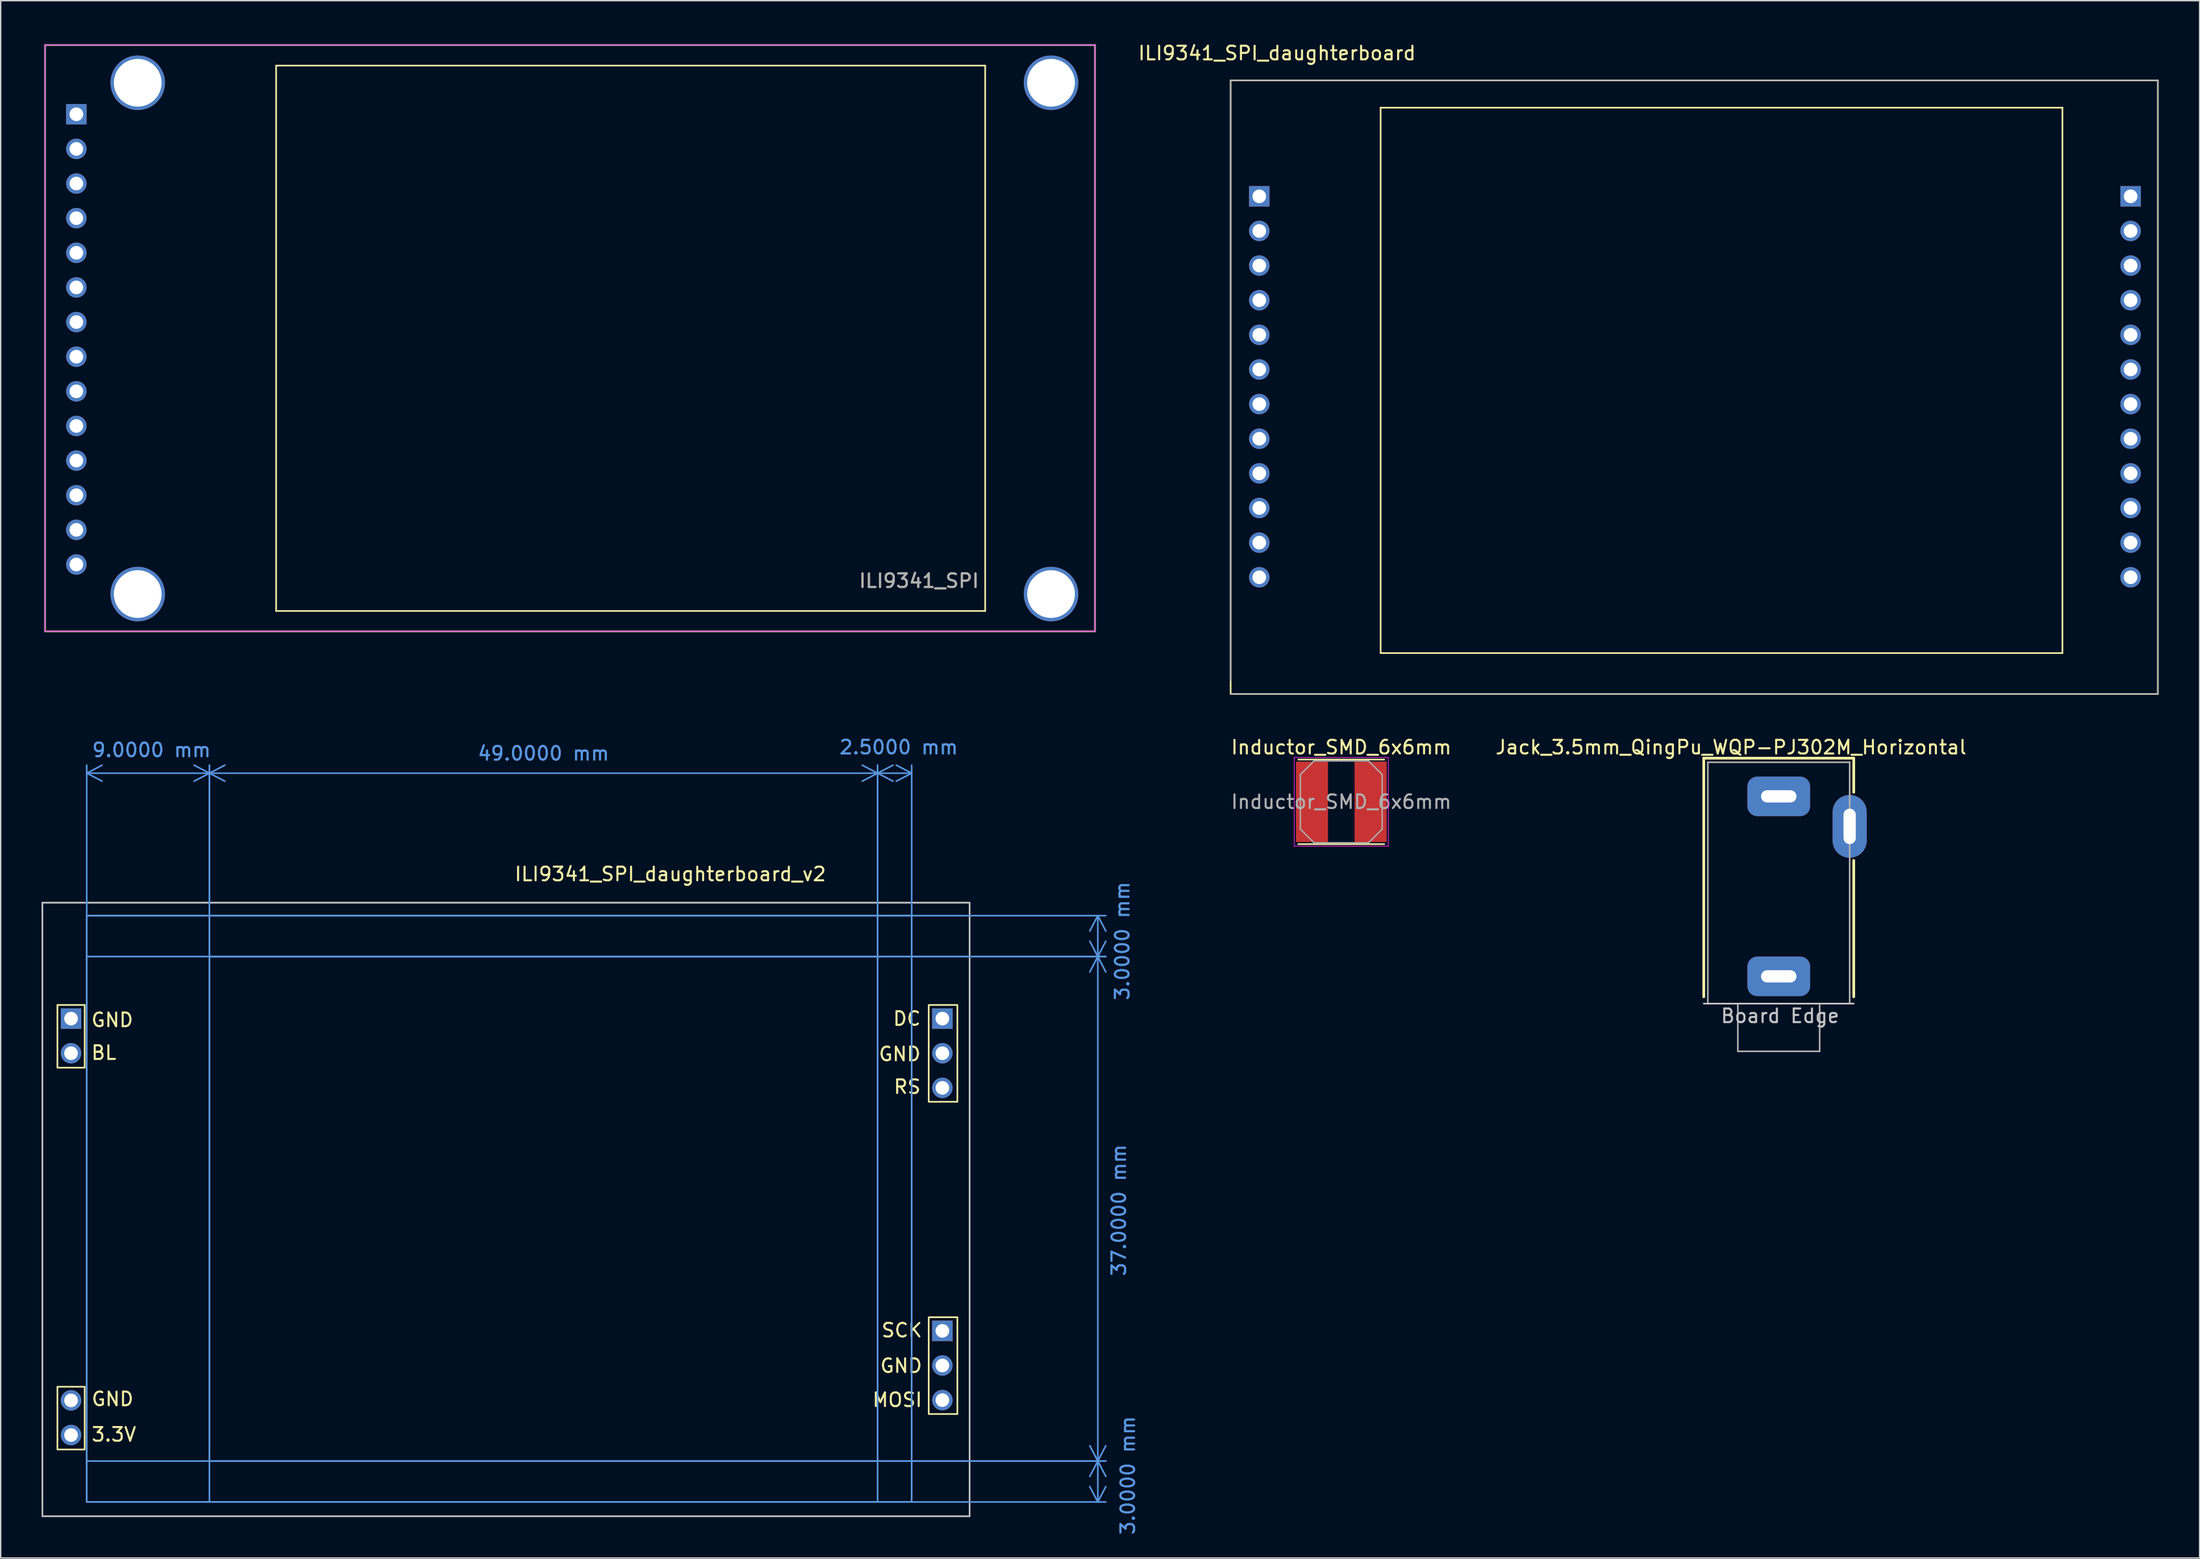
<source format=kicad_pcb>
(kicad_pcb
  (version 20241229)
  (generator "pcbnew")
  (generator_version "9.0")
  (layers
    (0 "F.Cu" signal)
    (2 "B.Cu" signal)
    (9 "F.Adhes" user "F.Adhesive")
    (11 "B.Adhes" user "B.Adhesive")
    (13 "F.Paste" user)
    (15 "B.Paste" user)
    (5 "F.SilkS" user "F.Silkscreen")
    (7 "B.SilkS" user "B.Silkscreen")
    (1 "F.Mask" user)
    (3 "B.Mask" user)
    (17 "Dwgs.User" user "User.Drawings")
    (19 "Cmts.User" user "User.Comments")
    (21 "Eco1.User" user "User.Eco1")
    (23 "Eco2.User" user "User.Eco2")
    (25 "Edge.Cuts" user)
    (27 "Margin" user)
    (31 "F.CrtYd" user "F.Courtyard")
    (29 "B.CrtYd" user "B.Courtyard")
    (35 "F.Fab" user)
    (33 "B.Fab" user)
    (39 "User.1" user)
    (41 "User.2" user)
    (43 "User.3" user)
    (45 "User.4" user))
  (footprint "ILI9341_SPI"
    (layer "F.Cu")
    (at 0.25 0.25)
    (property "Reference" "ILI9341_SPI" (at 64.09 39.3 0) (layer "F.SilkS") (effects (font (size 1 1) (thickness 0.15))))
    (attr through_hole)
    (fp_line (start 0 0) (end 77 0) (stroke (width 0.12) (type solid)) (layer "F.SilkS"))
    (fp_line (start 0 43) (end 0 0) (stroke (width 0.12) (type solid)) (layer "F.SilkS"))
    (fp_line (start 16.95 1.51) (end 68.95 1.51) (stroke (width 0.12) (type solid)) (layer "F.SilkS"))
    (fp_line (start 16.95 41.51) (end 16.95 1.51) (stroke (width 0.12) (type solid)) (layer "F.SilkS"))
    (fp_line (start 68.95 1.51) (end 68.95 41.51) (stroke (width 0.12) (type solid)) (layer "F.SilkS"))
    (fp_line (start 68.95 41.51) (end 16.95 41.51) (stroke (width 0.12) (type solid)) (layer "F.SilkS"))
    (fp_line (start 77 0) (end 77 43) (stroke (width 0.12) (type solid)) (layer "F.SilkS"))
    (fp_line (start 77 43) (end 0 43) (stroke (width 0.12) (type solid)) (layer "F.SilkS"))
    (fp_line (start 0 0) (end 77 0) (stroke (width 0.05) (type solid)) (layer "F.CrtYd"))
    (fp_line (start 0 43) (end 0 0) (stroke (width 0.05) (type solid)) (layer "F.CrtYd"))
    (fp_line (start 0 43) (end 77 43) (stroke (width 0.05) (type solid)) (layer "F.CrtYd"))
    (fp_line (start 77 0) (end 77 43) (stroke (width 0.05) (type solid)) (layer "F.CrtYd"))
    (fp_line (start 0 0) (end 77 0) (stroke (width 0.1) (type solid)) (layer "F.Fab"))
    (fp_line (start 0 43) (end 0 0) (stroke (width 0.1) (type solid)) (layer "F.Fab"))
    (fp_line (start 77 0) (end 77 43) (stroke (width 0.1) (type solid)) (layer "F.Fab"))
    (fp_line (start 77 43) (end 0 43) (stroke (width 0.1) (type solid)) (layer "F.Fab"))
    (fp_text user "${REFERENCE}" (at 64.1 39.3 0) (layer "F.Fab") (effects (font (size 1 1) (thickness 0.15))))
    (pad "" thru_hole circle (at 6.8 2.77) (size 4 4) (drill 3.5) (layers "*.Cu" "*.Mask"))
    (pad "" thru_hole circle (at 6.8 40.27) (size 4 4) (drill 3.5) (layers "*.Cu" "*.Mask"))
    (pad "" thru_hole circle (at 73.78 2.77) (size 4 4) (drill 3.5) (layers "*.Cu" "*.Mask"))
    (pad "" thru_hole circle (at 73.78 40.27) (size 4 4) (drill 3.5) (layers "*.Cu" "*.Mask"))
    (pad "1" thru_hole rect (at 2.3 5.08) (size 1.5 1.5) (drill 1) (layers "*.Cu" "*.Mask"))
    (pad "2" thru_hole circle (at 2.3 7.62) (size 1.5 1.5) (drill 1) (layers "*.Cu" "*.Mask"))
    (pad "3" thru_hole circle (at 2.3 10.16) (size 1.5 1.5) (drill 1) (layers "*.Cu" "*.Mask"))
    (pad "4" thru_hole circle (at 2.3 12.7) (size 1.5 1.5) (drill 1) (layers "*.Cu" "*.Mask"))
    (pad "5" thru_hole circle (at 2.3 15.24) (size 1.5 1.5) (drill 1) (layers "*.Cu" "*.Mask"))
    (pad "6" thru_hole circle (at 2.3 17.78) (size 1.5 1.5) (drill 1) (layers "*.Cu" "*.Mask"))
    (pad "7" thru_hole circle (at 2.3 20.32) (size 1.5 1.5) (drill 1) (layers "*.Cu" "*.Mask"))
    (pad "8" thru_hole circle (at 2.3 22.86) (size 1.5 1.5) (drill 1) (layers "*.Cu" "*.Mask"))
    (pad "9" thru_hole circle (at 2.3 25.4) (size 1.5 1.5) (drill 1) (layers "*.Cu" "*.Mask"))
    (pad "10" thru_hole circle (at 2.3 27.94) (size 1.5 1.5) (drill 1) (layers "*.Cu" "*.Mask"))
    (pad "11" thru_hole circle (at 2.3 30.48) (size 1.5 1.5) (drill 1) (layers "*.Cu" "*.Mask"))
    (pad "12" thru_hole circle (at 2.3 33.02) (size 1.5 1.5) (drill 1) (layers "*.Cu" "*.Mask"))
    (pad "13" thru_hole circle (at 2.3 35.56) (size 1.5 1.5) (drill 1) (layers "*.Cu" "*.Mask"))
    (pad "14" thru_hole circle (at 2.3 38.1) (size 1.5 1.5) (drill 1) (layers "*.Cu" "*.Mask")))
  (footprint "Jack_3.5mm_QingPu_WQP-PJ302M_Horizontal"
    (layer "F.Cu")
    (at 127.398 70.556)
    (property "Reference" "Jack_3.5mm_QingPu_WQP-PJ302M_Horizontal" (at -3.5 -18.8 0) (layer "F.SilkS") (effects (font (size 1 1) (thickness 0.15))))
    (attr through_hole)
    (fp_line (start -5.5 -18) (end -5.5 -0.5) (stroke (width 0.2) (type solid)) (layer "F.SilkS"))
    (fp_line (start 5.5 -18) (end -5.5 -18) (stroke (width 0.2) (type solid)) (layer "F.SilkS"))
    (fp_line (start 5.5 -15.5) (end 5.5 -18) (stroke (width 0.2) (type solid)) (layer "F.SilkS"))
    (fp_line (start 5.5 -0.5) (end 5.5 -10.5) (stroke (width 0.2) (type solid)) (layer "F.SilkS"))
    (fp_line (start -5.5 0) (end 5.5 0) (stroke (width 0.12) (type solid)) (layer "Dwgs.User"))
    (fp_line (start -5.2 -17.7) (end -5.2 0) (stroke (width 0.12) (type solid)) (layer "F.Fab"))
    (fp_line (start -5.2 0) (end 5.2 0) (stroke (width 0.12) (type solid)) (layer "F.Fab"))
    (fp_line (start -3 0) (end -3 3.5) (stroke (width 0.12) (type solid)) (layer "F.Fab"))
    (fp_line (start -3 3.5) (end 3 3.5) (stroke (width 0.12) (type solid)) (layer "F.Fab"))
    (fp_line (start 3 3.5) (end 3 0) (stroke (width 0.12) (type solid)) (layer "F.Fab"))
    (fp_line (start 5.2 -17.7) (end -5.2 -17.7) (stroke (width 0.12) (type solid)) (layer "F.Fab"))
    (fp_line (start 5.2 0) (end 5.2 -17.7) (stroke (width 0.12) (type solid)) (layer "F.Fab"))
    (fp_text user "Board Edge" (at 0.1 0.9 0) (layer "Dwgs.User") (effects (font (size 1 1) (thickness 0.15))))
    (pad "1" thru_hole roundrect (at 0 -2) (size 4.6 2.9) (drill oval 2.6 0.9) (layers "*.Cu" "*.Mask") (roundrect_rratio 0.25))
    (pad "2" thru_hole oval (at 5.2 -13 90) (size 4.6 2.5) (drill oval 2.6 0.9) (layers "*.Cu" "*.Mask"))
    (pad "3" thru_hole roundrect (at 0 -15.2) (size 4.6 2.9) (drill oval 2.6 0.9) (layers "*.Cu" "*.Mask") (roundrect_rratio 0.25)))
  (footprint "ILI9341_SPI_daughterboard"
    (layer "F.Cu")
    (at 89.302 11.348)
    (property "Reference" "ILI9341_SPI_daughterboard" (at 1.3 -10.5 0) (layer "F.SilkS") (effects (font (size 1 1) (thickness 0.15))))
    (attr through_hole)
    (fp_line (start -2.1 -8.5) (end 65.9 -8.5) (stroke (width 0.12) (type solid)) (layer "F.SilkS"))
    (fp_line (start -2.1 36.5) (end -2.1 -8.5) (stroke (width 0.12) (type solid)) (layer "F.SilkS"))
    (fp_line (start 8.9 -6.5) (end 58.9 -6.5) (stroke (width 0.12) (type solid)) (layer "F.SilkS"))
    (fp_line (start 8.9 33.5) (end 8.9 -6.5) (stroke (width 0.12) (type solid)) (layer "F.SilkS"))
    (fp_line (start 58.9 -6.5) (end 58.9 33.5) (stroke (width 0.12) (type solid)) (layer "F.SilkS"))
    (fp_line (start 58.9 33.5) (end 8.9 33.5) (stroke (width 0.12) (type solid)) (layer "F.SilkS"))
    (fp_line (start 65.9 -8.5) (end 65.9 36.5) (stroke (width 0.12) (type solid)) (layer "F.SilkS"))
    (fp_line (start 65.9 36.5) (end -2.1 36.5) (stroke (width 0.12) (type solid)) (layer "F.SilkS"))
    (fp_line (start -2.1 -8.5) (end 65.9 -8.5) (stroke (width 0.1) (type solid)) (layer "F.Fab"))
    (fp_line (start -2.1 35.5) (end -2.1 -8.5) (stroke (width 0.1) (type solid)) (layer "F.Fab"))
    (fp_line (start 65.9 -8.5) (end 65.9 36.5) (stroke (width 0.1) (type solid)) (layer "F.Fab"))
    (fp_line (start 65.9 36.5) (end -2.1 36.5) (stroke (width 0.1) (type solid)) (layer "F.Fab"))
    (pad "1" thru_hole rect (at 0 0) (size 1.5 1.5) (drill 1) (layers "*.Cu" "*.Mask"))
    (pad "2" thru_hole circle (at 0 2.54) (size 1.5 1.5) (drill 1) (layers "*.Cu" "*.Mask"))
    (pad "3" thru_hole circle (at 0 5.08) (size 1.5 1.5) (drill 1) (layers "*.Cu" "*.Mask"))
    (pad "4" thru_hole circle (at 0 7.62) (size 1.5 1.5) (drill 1) (layers "*.Cu" "*.Mask"))
    (pad "5" thru_hole circle (at 0 10.16) (size 1.5 1.5) (drill 1) (layers "*.Cu" "*.Mask"))
    (pad "6" thru_hole circle (at 0 12.7) (size 1.5 1.5) (drill 1) (layers "*.Cu" "*.Mask"))
    (pad "7" thru_hole circle (at 0 15.24) (size 1.5 1.5) (drill 1) (layers "*.Cu" "*.Mask"))
    (pad "8" thru_hole circle (at 0 17.78) (size 1.5 1.5) (drill 1) (layers "*.Cu" "*.Mask"))
    (pad "9" thru_hole circle (at 0 20.32) (size 1.5 1.5) (drill 1) (layers "*.Cu" "*.Mask"))
    (pad "10" thru_hole circle (at 0 22.86) (size 1.5 1.5) (drill 1) (layers "*.Cu" "*.Mask"))
    (pad "11" thru_hole circle (at 0 25.4) (size 1.5 1.5) (drill 1) (layers "*.Cu" "*.Mask"))
    (pad "12" thru_hole circle (at 0 27.94) (size 1.5 1.5) (drill 1) (layers "*.Cu" "*.Mask"))
    (pad "13" thru_hole rect (at 63.9 0) (size 1.5 1.5) (drill 1) (layers "*.Cu" "*.Mask"))
    (pad "14" thru_hole circle (at 63.9 2.54) (size 1.5 1.5) (drill 1) (layers "*.Cu" "*.Mask"))
    (pad "15" thru_hole circle (at 63.9 5.08) (size 1.5 1.5) (drill 1) (layers "*.Cu" "*.Mask"))
    (pad "16" thru_hole circle (at 63.9 7.62) (size 1.5 1.5) (drill 1) (layers "*.Cu" "*.Mask"))
    (pad "17" thru_hole circle (at 63.9 10.16) (size 1.5 1.5) (drill 1) (layers "*.Cu" "*.Mask"))
    (pad "18" thru_hole circle (at 63.9 12.7) (size 1.5 1.5) (drill 1) (layers "*.Cu" "*.Mask"))
    (pad "19" thru_hole circle (at 63.9 15.24) (size 1.5 1.5) (drill 1) (layers "*.Cu" "*.Mask"))
    (pad "20" thru_hole circle (at 63.9 17.78) (size 1.5 1.5) (drill 1) (layers "*.Cu" "*.Mask"))
    (pad "21" thru_hole circle (at 63.9 20.32) (size 1.5 1.5) (drill 1) (layers "*.Cu" "*.Mask"))
    (pad "22" thru_hole circle (at 63.9 22.86) (size 1.5 1.5) (drill 1) (layers "*.Cu" "*.Mask"))
    (pad "23" thru_hole circle (at 63.9 25.4) (size 1.5 1.5) (drill 1) (layers "*.Cu" "*.Mask"))
    (pad "24" thru_hole circle (at 63.9 27.94) (size 1.5 1.5) (drill 1) (layers "*.Cu" "*.Mask")))
  (footprint "ILI9341_SPI_daughterboard_v2"
    (layer "F.Cu")
    (at 2.16 71.656)
    (property "Reference" "ILI9341_SPI_daughterboard_v2" (at 43.95 -10.6 0) (layer "F.SilkS") (effects (font (size 1 1) (thickness 0.15))))
    (attr through_hole)
    (fp_rect (start -1 -1) (end 1 3.6) (stroke (width 0.12) (type default)) (fill no) (layer "F.SilkS"))
    (fp_rect (start -1 27) (end 1 31.6) (stroke (width 0.12) (type default)) (fill no) (layer "F.SilkS"))
    (fp_rect (start 62.9 -1) (end 65 6.1) (stroke (width 0.12) (type default)) (fill no) (layer "F.SilkS"))
    (fp_rect (start 62.9 21.9) (end 65 29) (stroke (width 0.12) (type default)) (fill no) (layer "F.SilkS"))
    (fp_rect (start -2.1 -8.5) (end 65.9 36.5) (stroke (width 0.12) (type default)) (fill no) (layer "Dwgs.User"))
    (fp_rect (start 1.15 -7.55) (end 61.65 35.45) (stroke (width 0.12) (type default)) (fill no) (layer "Dwgs.User"))
    (fp_rect (start 10.15 -4.55) (end 59.15 32.45) (stroke (width 0.12) (type default)) (fill no) (layer "Dwgs.User"))
    (fp_line (start -2.1 -8.5) (end 65.9 -8.5) (stroke (width 0.1) (type solid)) (layer "F.Fab"))
    (fp_line (start -2.1 35.5) (end -2.1 -8.5) (stroke (width 0.1) (type solid)) (layer "F.Fab"))
    (fp_line (start 65.9 -8.5) (end 65.9 36.5) (stroke (width 0.1) (type solid)) (layer "F.Fab"))
    (fp_line (start 65.9 36.5) (end -2.1 36.5) (stroke (width 0.1) (type solid)) (layer "F.Fab"))
    (fp_text user "GND" (at 1.4 0.1 0) (unlocked yes) (layer "F.SilkS") (effects (font (size 1 1) (thickness 0.15)) (justify left)))
    (fp_text user "3.3V" (at 3.144 30.5 0) (unlocked yes) (layer "F.SilkS") (effects (font (size 1 1) (thickness 0.15))))
    (fp_text user "SCK" (at 62.502 22.86 0) (unlocked yes) (layer "F.SilkS") (effects (font (size 1 1) (thickness 0.15)) (justify right)))
    (fp_text user "GND" (at 3.049 27.9 0) (unlocked yes) (layer "F.SilkS") (effects (font (size 1 1) (thickness 0.15))))
    (fp_text user "MOSI" (at 62.502 27.96 0) (unlocked yes) (layer "F.SilkS") (effects (font (size 1 1) (thickness 0.15)) (justify right)))
    (fp_text user "RS" (at 60.248 5 0) (unlocked yes) (layer "F.SilkS") (effects (font (size 1 1) (thickness 0.15)) (justify left)))
    (fp_text user "GND" (at 59.152 2.6 0) (unlocked yes) (layer "F.SilkS") (effects (font (size 1 1) (thickness 0.15)) (justify left)))
    (fp_text user "GND" (at 62.502 25.46 0) (unlocked yes) (layer "F.SilkS") (effects (font (size 1 1) (thickness 0.15)) (justify right)))
    (fp_text user "DC" (at 60.2 0 0) (unlocked yes) (layer "F.SilkS") (effects (font (size 1 1) (thickness 0.15)) (justify left)))
    (fp_text user "BL" (at 1.4 2.5 0) (unlocked yes) (layer "F.SilkS") (effects (font (size 1 1) (thickness 0.15)) (justify left)))
    (dimension (type aligned) (layer "Cmts.User") (pts (xy 11.86 104.106) (xy 11.86 67.106)) (height 65.6) (format (prefix "") (suffix "") (units 3) (units_format 1) (precision 4)) (style (thickness 0.12) (arrow_length 1.27) (text_position_mode 2) (arrow_direction outward) (extension_height 0.586) (extension_offset 0.5) (keep_text_aligned yes)) (gr_text "37.0000 mm" (at 79.01 85.707 90) (layer "Cmts.User") (effects (font (size 1 1) (thickness 0.15)))))
    (dimension (type aligned) (layer "Cmts.User") (pts (xy 3.31 107.556) (xy 12.31 107.556)) (height -53.9) (format (prefix "") (suffix "") (units 3) (units_format 1) (precision 4)) (style (thickness 0.12) (arrow_length 1.27) (text_position_mode 2) (arrow_direction outward) (extension_height 0.586) (extension_offset 0.5) (keep_text_aligned yes)) (gr_text "9.0000 mm" (at 8.06 51.956 0) (layer "Cmts.User") (effects (font (size 1 1) (thickness 0.15)))))
    (dimension (type aligned) (layer "Cmts.User") (pts (xy 2.86 104.106) (xy 2.86 107.106)) (height -74.6) (format (prefix "") (suffix "") (units 3) (units_format 1) (precision 4)) (style (thickness 0.12) (arrow_length 1.27) (text_position_mode 2) (arrow_direction outward) (extension_height 0.586) (extension_offset 0.5) (keep_text_aligned yes)) (gr_text "3.0000 mm" (at 79.66 105.156 90) (layer "Cmts.User") (effects (font (size 1 1) (thickness 0.15)))))
    (dimension (type aligned) (layer "Cmts.User") (pts (xy 12.31 103.656) (xy 61.31 103.656)) (height -50) (format (prefix "") (suffix "") (units 3) (units_format 1) (precision 4)) (style (thickness 0.12) (arrow_length 1.27) (text_position_mode 2) (arrow_direction outward) (extension_height 0.586) (extension_offset 0.5) (keep_text_aligned yes)) (gr_text "49.0000 mm" (at 36.81 52.206 0) (layer "Cmts.User") (effects (font (size 1 1) (thickness 0.15)))))
    (dimension (type aligned) (layer "Cmts.User") (pts (xy 61.31 107.556) (xy 63.81 107.556)) (height -53.9) (format (prefix "") (suffix "") (units 3) (units_format 1) (precision 4)) (style (thickness 0.12) (arrow_length 1.27) (text_position_mode 2) (arrow_direction outward) (extension_height 0.586) (extension_offset 0.5) (keep_text_aligned yes)) (gr_text "2.5000 mm" (at 62.86 51.757 0) (layer "Cmts.User") (effects (font (size 1 1) (thickness 0.15)))))
    (dimension (type aligned) (layer "Cmts.User") (pts (xy 2.86 64.106) (xy 2.86 67.106)) (height -74.6) (format (prefix "") (suffix "") (units 3) (units_format 1) (precision 4)) (style (thickness 0.12) (arrow_length 1.27) (text_position_mode 2) (arrow_direction outward) (extension_height 0.586) (extension_offset 0.5) (keep_text_aligned yes)) (gr_text "3.0000 mm" (at 79.26 65.957 90) (layer "Cmts.User") (effects (font (size 1 1) (thickness 0.15)))))
    (pad "1" thru_hole rect (at 63.9 0) (size 1.5 1.5) (drill 1) (layers "*.Cu" "*.Mask"))
    (pad "2" thru_hole circle (at 63.9 2.54) (size 1.5 1.5) (drill 1) (layers "*.Cu" "*.Mask"))
    (pad "3" thru_hole circle (at 63.9 5.08) (size 1.5 1.5) (drill 1) (layers "*.Cu" "*.Mask"))
    (pad "4" thru_hole rect (at 63.9 22.9) (size 1.5 1.5) (drill 1) (layers "*.Cu" "*.Mask"))
    (pad "5" thru_hole circle (at 63.9 25.44) (size 1.5 1.5) (drill 1) (layers "*.Cu" "*.Mask"))
    (pad "6" thru_hole circle (at 63.9 27.98) (size 1.5 1.5) (drill 1) (layers "*.Cu" "*.Mask"))
    (pad "7" thru_hole rect (at 0 0) (size 1.5 1.5) (drill 1) (layers "*.Cu" "*.Mask"))
    (pad "8" thru_hole circle (at 0 2.54) (size 1.5 1.5) (drill 1) (layers "*.Cu" "*.Mask"))
    (pad "9" thru_hole circle (at 0 28) (size 1.5 1.5) (drill 1) (layers "*.Cu" "*.Mask"))
    (pad "10" thru_hole circle (at 0 30.54) (size 1.5 1.5) (drill 1) (layers "*.Cu" "*.Mask")))
  (footprint "Inductor_SMD_6x6mm"
    (layer "F.Cu")
    (at 95.315 55.757)
    (property "Reference" "Inductor_SMD_6x6mm" (at 0 -4 0) (layer "F.SilkS") (effects (font (size 1 1) (thickness 0.15))))
    (attr smd)
    (fp_line (start -3.15 -3.1) (end 3.15 -3.1) (stroke (width 0.12) (type solid)) (layer "F.SilkS"))
    (fp_line (start -3.15 3.1) (end 3.15 3.1) (stroke (width 0.12) (type solid)) (layer "F.SilkS"))
    (fp_line (start -3.45 -3.25) (end -3.45 3.25) (stroke (width 0.05) (type solid)) (layer "F.CrtYd"))
    (fp_line (start -3.45 3.25) (end 3.45 3.25) (stroke (width 0.05) (type solid)) (layer "F.CrtYd"))
    (fp_line (start 3.45 -3.25) (end -3.45 -3.25) (stroke (width 0.05) (type solid)) (layer "F.CrtYd"))
    (fp_line (start 3.45 3.25) (end 3.45 -3.25) (stroke (width 0.05) (type solid)) (layer "F.CrtYd"))
    (fp_line (start -3 -2) (end -2 -3) (stroke (width 0.1) (type solid)) (layer "F.Fab"))
    (fp_line (start -3 0) (end -3 -2) (stroke (width 0.1) (type solid)) (layer "F.Fab"))
    (fp_line (start -3 0) (end -3 2) (stroke (width 0.1) (type solid)) (layer "F.Fab"))
    (fp_line (start -3 2) (end -2 3) (stroke (width 0.1) (type solid)) (layer "F.Fab"))
    (fp_line (start -2 -3) (end 0 -3) (stroke (width 0.1) (type solid)) (layer "F.Fab"))
    (fp_line (start -2 3) (end 0 3) (stroke (width 0.1) (type solid)) (layer "F.Fab"))
    (fp_line (start 2 -3) (end 0 -3) (stroke (width 0.1) (type solid)) (layer "F.Fab"))
    (fp_line (start 2 3) (end 0 3) (stroke (width 0.1) (type solid)) (layer "F.Fab"))
    (fp_line (start 3 -2) (end 2 -3) (stroke (width 0.1) (type solid)) (layer "F.Fab"))
    (fp_line (start 3 0) (end 3 -2) (stroke (width 0.1) (type solid)) (layer "F.Fab"))
    (fp_line (start 3 0) (end 3 2) (stroke (width 0.1) (type solid)) (layer "F.Fab"))
    (fp_line (start 3 2) (end 2 3) (stroke (width 0.1) (type solid)) (layer "F.Fab"))
    (fp_text user "${REFERENCE}" (at 0 0 0) (layer "F.Fab") (effects (font (size 1 1) (thickness 0.15))))
    (pad "1" smd rect (at -2.15 0) (size 2.35 5.9) (layers "F.Cu" "F.Mask" "F.Paste"))
    (pad "2" smd rect (at 2.15 0) (size 2.35 5.9) (layers "F.Cu" "F.Mask" "F.Paste")))
  (gr_rect
    (start -3 -3)
    (end 158.262 111.216)
    (stroke (width 0.1) (type default))
    (fill no)
    (layer "Edge.Cuts")))
</source>
